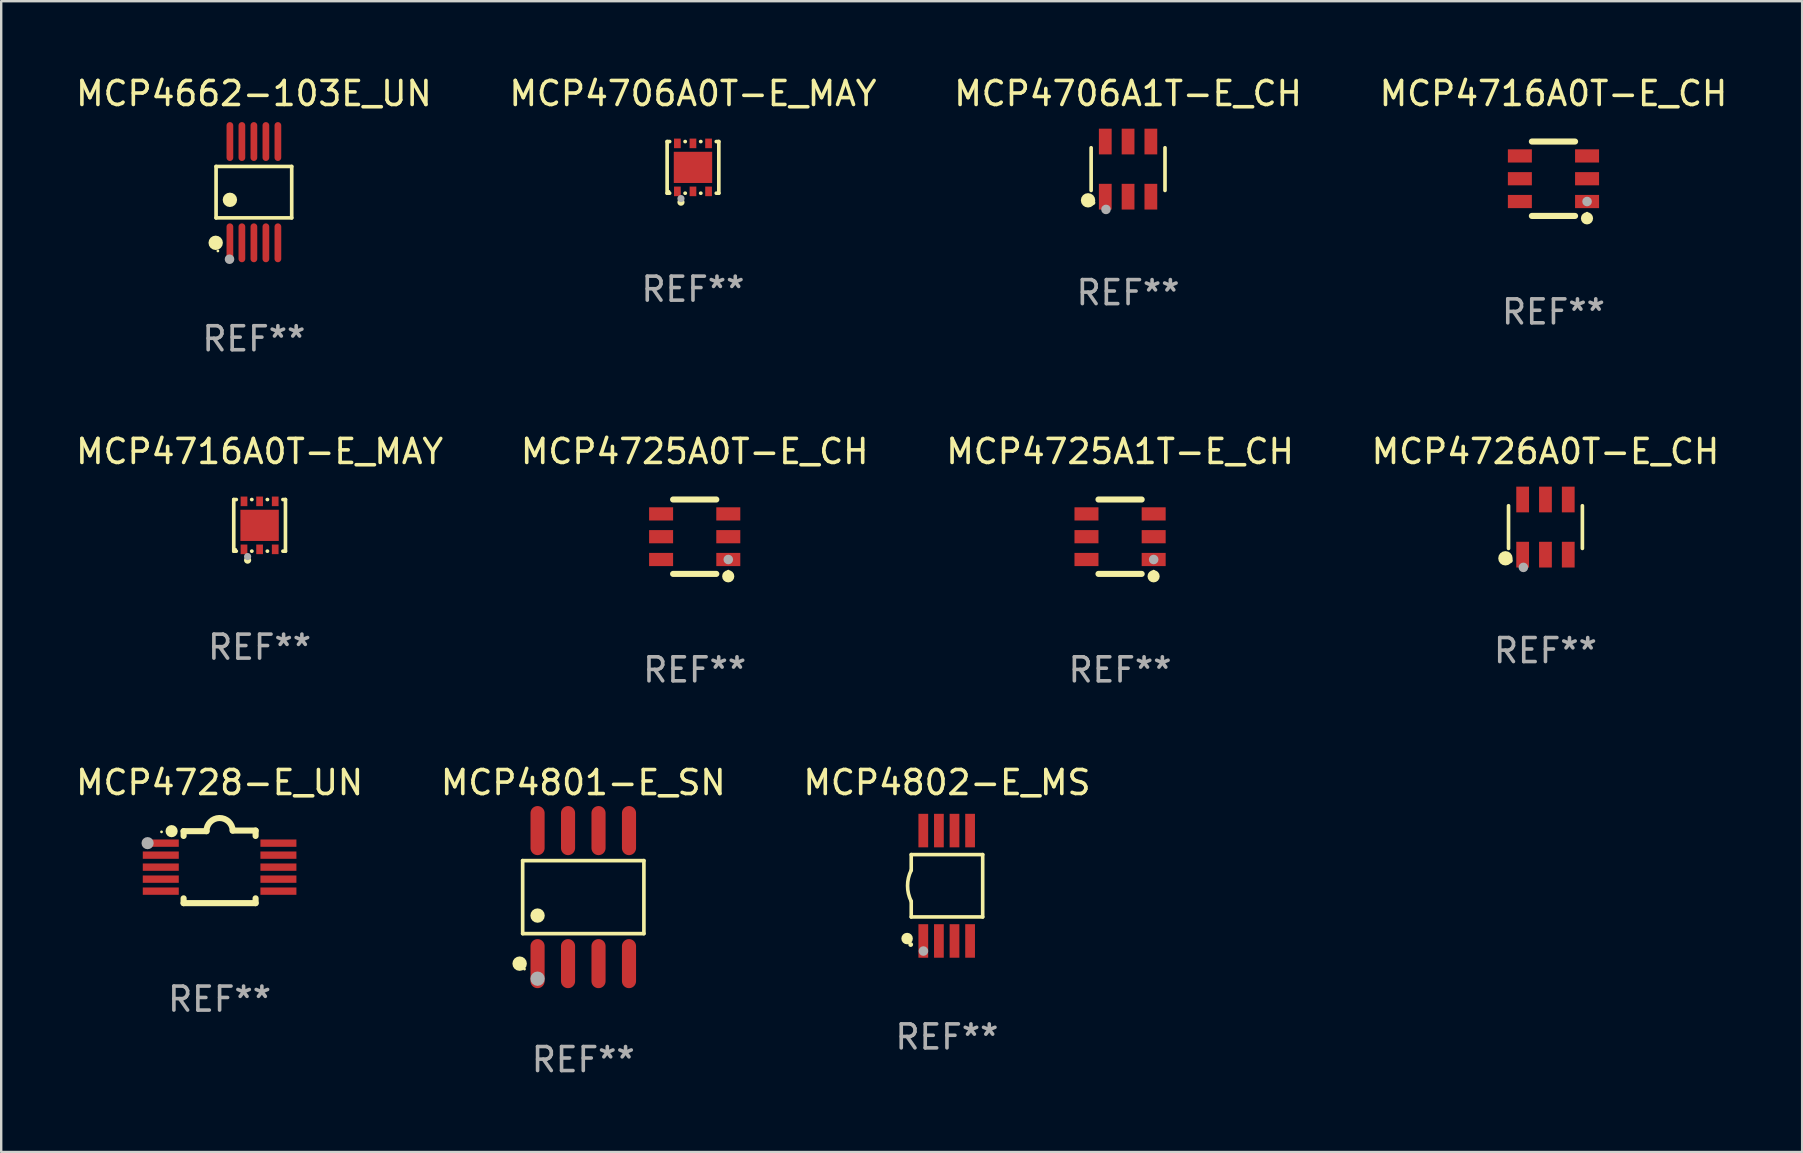
<source format=kicad_pcb>
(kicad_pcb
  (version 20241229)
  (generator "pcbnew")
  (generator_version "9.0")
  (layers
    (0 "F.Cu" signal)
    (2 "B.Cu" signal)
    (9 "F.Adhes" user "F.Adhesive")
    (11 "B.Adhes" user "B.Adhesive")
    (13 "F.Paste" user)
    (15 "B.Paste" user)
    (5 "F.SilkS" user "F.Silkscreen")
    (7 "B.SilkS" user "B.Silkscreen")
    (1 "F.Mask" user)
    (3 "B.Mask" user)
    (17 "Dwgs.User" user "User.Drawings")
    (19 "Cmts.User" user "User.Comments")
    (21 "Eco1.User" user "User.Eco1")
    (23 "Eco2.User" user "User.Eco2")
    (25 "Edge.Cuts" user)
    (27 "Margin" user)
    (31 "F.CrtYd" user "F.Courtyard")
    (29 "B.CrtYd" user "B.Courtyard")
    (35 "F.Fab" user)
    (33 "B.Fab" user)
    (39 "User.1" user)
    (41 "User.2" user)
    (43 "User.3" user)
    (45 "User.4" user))
  (footprint "MCP4725A1T-E_CH"
    (layer "F.Cu")
    (at 43.625 19.315)
    (property "Reference" "MCP4725A1T-E_CH" (at 0 -3.55 0) (layer "F.SilkS") (effects (font (size 1 1) (thickness 0.15))))
    (attr through_hole)
    (fp_line (start -0.9 -1.55) (end 0.9 -1.55) (stroke (width 0.254) (type solid)) (layer "F.SilkS"))
    (fp_line (start -0.9 1.55) (end 0.9 1.55) (stroke (width 0.254) (type solid)) (layer "F.SilkS"))
    (fp_circle (center 1.397 1.651) (end 1.524 1.651) (stroke (width 0.254) (type solid)) (fill no) (layer "F.SilkS"))
    (fp_circle (center 1.4 1.435) (end 1.43 1.435) (stroke (width 0.06) (type solid)) (fill no) (layer "F.SilkS"))
    (fp_circle (center 1.4 0.95) (end 1.5 0.95) (stroke (width 0.2) (type solid)) (fill no) (layer "F.Fab"))
    (fp_text user "REF**" (at 0 5.55 0) (layer "F.Fab") (effects (font (size 1 1) (thickness 0.15))))
    (pad "1" smd rect (at 1.4 0.95) (size 1 0.55) (layers "F.Cu" "F.Mask" "F.Paste"))
    (pad "2" smd rect (at 1.4 -0.000102) (size 1 0.55) (layers "F.Cu" "F.Mask" "F.Paste"))
    (pad "3" smd rect (at 1.4 -0.95) (size 1 0.55) (layers "F.Cu" "F.Mask" "F.Paste"))
    (pad "4" smd rect (at -1.4 -0.95) (size 1 0.55) (layers "F.Cu" "F.Mask" "F.Paste"))
    (pad "5" smd rect (at -1.4 -0.000102) (size 1 0.55) (layers "F.Cu" "F.Mask" "F.Paste"))
    (pad "6" smd rect (at -1.4 0.95) (size 1 0.55) (layers "F.Cu" "F.Mask" "F.Paste")))
  (footprint "MCP4728-E_UN"
    (layer "F.Cu")
    (at 6.101 33.073)
    (property "Reference" "MCP4728-E_UN" (at 0 -3.512 0) (layer "F.SilkS") (effects (font (size 1 1) (thickness 0.15))))
    (attr through_hole)
    (fp_line (start -1.5 -1.288) (end -1.5 -1.487) (stroke (width 0.254) (type solid)) (layer "F.SilkS"))
    (fp_line (start -1.5 1.512) (end -1.5 1.312) (stroke (width 0.254) (type solid)) (layer "F.SilkS"))
    (fp_line (start -0.546 -1.487) (end -1.5 -1.487) (stroke (width 0.254) (type solid)) (layer "F.SilkS"))
    (fp_line (start 1.5 -1.512) (end 0.546 -1.512) (stroke (width 0.254) (type solid)) (layer "F.SilkS"))
    (fp_line (start 1.5 -1.288) (end 1.5 -1.512) (stroke (width 0.254) (type solid)) (layer "F.SilkS"))
    (fp_line (start 1.5 1.512) (end -1.5 1.512) (stroke (width 0.254) (type solid)) (layer "F.SilkS"))
    (fp_line (start 1.5 1.512) (end 1.5 1.312) (stroke (width 0.254) (type solid)) (layer "F.SilkS"))
    (fp_arc (start -0.546151 -1.486601) (mid -0.01246 -2.032889) (end 0.54605 -1.512002) (stroke (width 0.254001) (type solid)) (layer "F.SilkS"))
    (fp_circle (center -2.42 -1.458) (end -2.39 -1.458) (stroke (width 0.06) (type solid)) (fill no) (layer "F.SilkS"))
    (fp_circle (center -2 -1.488) (end -1.873 -1.488) (stroke (width 0.254) (type solid)) (fill no) (layer "F.SilkS"))
    (fp_circle (center -3 -0.988) (end -2.873 -0.988) (stroke (width 0.254) (type solid)) (fill no) (layer "F.Fab"))
    (fp_text user "REF**" (at 0 5.512 0) (layer "F.Fab") (effects (font (size 1 1) (thickness 0.15))))
    (pad "1" smd rect (at -2.451 -0.988) (size 1.5 0.305) (layers "F.Cu" "F.Mask" "F.Paste"))
    (pad "2" smd rect (at -2.451 -0.488) (size 1.5 0.305) (layers "F.Cu" "F.Mask" "F.Paste"))
    (pad "3" smd rect (at -2.451 0.012) (size 1.5 0.305) (layers "F.Cu" "F.Mask" "F.Paste"))
    (pad "4" smd rect (at -2.451 0.512) (size 1.5 0.305) (layers "F.Cu" "F.Mask" "F.Paste"))
    (pad "5" smd rect (at -2.451 1.012) (size 1.5 0.305) (layers "F.Cu" "F.Mask" "F.Paste"))
    (pad "6" smd rect (at 2.451 1.012) (size 1.5 0.305) (layers "F.Cu" "F.Mask" "F.Paste"))
    (pad "7" smd rect (at 2.451 0.512) (size 1.5 0.305) (layers "F.Cu" "F.Mask" "F.Paste"))
    (pad "8" smd rect (at 2.451 0.012) (size 1.5 0.305) (layers "F.Cu" "F.Mask" "F.Paste"))
    (pad "9" smd rect (at 2.451 -0.488) (size 1.5 0.305) (layers "F.Cu" "F.Mask" "F.Paste"))
    (pad "10" smd rect (at 2.451 -0.988) (size 1.5 0.305) (layers "F.Cu" "F.Mask" "F.Paste")))
  (footprint "MCP4725A0T-E_CH"
    (layer "F.Cu")
    (at 25.899 19.315)
    (property "Reference" "MCP4725A0T-E_CH" (at 0 -3.55 0) (layer "F.SilkS") (effects (font (size 1 1) (thickness 0.15))))
    (attr through_hole)
    (fp_line (start -0.9 -1.55) (end 0.9 -1.55) (stroke (width 0.254) (type solid)) (layer "F.SilkS"))
    (fp_line (start -0.9 1.55) (end 0.9 1.55) (stroke (width 0.254) (type solid)) (layer "F.SilkS"))
    (fp_circle (center 1.397 1.651) (end 1.524 1.651) (stroke (width 0.254) (type solid)) (fill no) (layer "F.SilkS"))
    (fp_circle (center 1.4 1.435) (end 1.43 1.435) (stroke (width 0.06) (type solid)) (fill no) (layer "F.SilkS"))
    (fp_circle (center 1.4 0.95) (end 1.5 0.95) (stroke (width 0.2) (type solid)) (fill no) (layer "F.Fab"))
    (fp_text user "REF**" (at 0 5.55 0) (layer "F.Fab") (effects (font (size 1 1) (thickness 0.15))))
    (pad "1" smd rect (at 1.4 0.95) (size 1 0.55) (layers "F.Cu" "F.Mask" "F.Paste"))
    (pad "2" smd rect (at 1.4 -0.000102) (size 1 0.55) (layers "F.Cu" "F.Mask" "F.Paste"))
    (pad "3" smd rect (at 1.4 -0.95) (size 1 0.55) (layers "F.Cu" "F.Mask" "F.Paste"))
    (pad "4" smd rect (at -1.4 -0.95) (size 1 0.55) (layers "F.Cu" "F.Mask" "F.Paste"))
    (pad "5" smd rect (at -1.4 -0.000102) (size 1 0.55) (layers "F.Cu" "F.Mask" "F.Paste"))
    (pad "6" smd rect (at -1.4 0.95) (size 1 0.55) (layers "F.Cu" "F.Mask" "F.Paste")))
  (footprint "MCP4706A1T-E_CH"
    (layer "F.Cu")
    (at 43.958 3.997)
    (property "Reference" "MCP4706A1T-E_CH" (at 0 -3.149 0) (layer "F.SilkS") (effects (font (size 1 1) (thickness 0.15))))
    (attr through_hole)
    (fp_line (start -1.539 0.889) (end -1.539 -0.889) (stroke (width 0.152) (type solid)) (layer "F.SilkS"))
    (fp_line (start 1.539 0.889) (end 1.539 -0.889) (stroke (width 0.152) (type solid)) (layer "F.SilkS"))
    (fp_circle (center -1.668 1.301) (end -1.518 1.301) (stroke (width 0.3) (type solid)) (fill no) (layer "F.SilkS"))
    (fp_circle (center -1.463 1.4) (end -1.413 1.4) (stroke (width 0.1) (type solid)) (fill no) (layer "F.SilkS"))
    (fp_circle (center -0.92 1.68) (end -0.82 1.68) (stroke (width 0.2) (type solid)) (fill no) (layer "F.Fab"))
    (fp_text user "REF**" (at 0 5.149 0) (layer "F.Fab") (effects (font (size 1 1) (thickness 0.15))))
    (pad "1" smd rect (at -0.95 1.149) (size 0.532 1.072) (layers "F.Cu" "F.Mask" "F.Paste"))
    (pad "2" smd rect (at 0 1.149) (size 0.532 1.072) (layers "F.Cu" "F.Mask" "F.Paste"))
    (pad "3" smd rect (at 0.95 1.149) (size 0.532 1.072) (layers "F.Cu" "F.Mask" "F.Paste"))
    (pad "4" smd rect (at 0.95 -1.149) (size 0.532 1.072) (layers "F.Cu" "F.Mask" "F.Paste"))
    (pad "5" smd rect (at 0 -1.149) (size 0.532 1.072) (layers "F.Cu" "F.Mask" "F.Paste"))
    (pad "6" smd rect (at -0.95 -1.149) (size 0.532 1.072) (layers "F.Cu" "F.Mask" "F.Paste")))
  (footprint "MCP4726A0T-E_CH"
    (layer "F.Cu")
    (at 61.351 18.914)
    (property "Reference" "MCP4726A0T-E_CH" (at 0 -3.149 0) (layer "F.SilkS") (effects (font (size 1 1) (thickness 0.15))))
    (attr through_hole)
    (fp_line (start -1.539 0.889) (end -1.539 -0.889) (stroke (width 0.152) (type solid)) (layer "F.SilkS"))
    (fp_line (start 1.539 0.889) (end 1.539 -0.889) (stroke (width 0.152) (type solid)) (layer "F.SilkS"))
    (fp_circle (center -1.668 1.301) (end -1.518 1.301) (stroke (width 0.3) (type solid)) (fill no) (layer "F.SilkS"))
    (fp_circle (center -1.463 1.4) (end -1.413 1.4) (stroke (width 0.1) (type solid)) (fill no) (layer "F.SilkS"))
    (fp_circle (center -0.92 1.68) (end -0.82 1.68) (stroke (width 0.2) (type solid)) (fill no) (layer "F.Fab"))
    (fp_text user "REF**" (at 0 5.149 0) (layer "F.Fab") (effects (font (size 1 1) (thickness 0.15))))
    (pad "1" smd rect (at -0.95 1.149) (size 0.532 1.072) (layers "F.Cu" "F.Mask" "F.Paste"))
    (pad "2" smd rect (at 0 1.149) (size 0.532 1.072) (layers "F.Cu" "F.Mask" "F.Paste"))
    (pad "3" smd rect (at 0.95 1.149) (size 0.532 1.072) (layers "F.Cu" "F.Mask" "F.Paste"))
    (pad "4" smd rect (at 0.95 -1.149) (size 0.532 1.072) (layers "F.Cu" "F.Mask" "F.Paste"))
    (pad "5" smd rect (at 0 -1.149) (size 0.532 1.072) (layers "F.Cu" "F.Mask" "F.Paste"))
    (pad "6" smd rect (at -0.95 -1.149) (size 0.532 1.072) (layers "F.Cu" "F.Mask" "F.Paste")))
  (footprint "MCP4716A0T-E_MAY"
    (layer "F.Cu")
    (at 7.768 18.842)
    (property "Reference" "MCP4716A0T-E_MAY" (at 0 -3.077 0) (layer "F.SilkS") (effects (font (size 1 1) (thickness 0.15))))
    (attr through_hole)
    (fp_line (start -1.077 -1.076) (end -0.971 -1.076) (stroke (width 0.152) (type solid)) (layer "F.SilkS"))
    (fp_line (start -1.077 1.076) (end -1.077 -1.076) (stroke (width 0.152) (type solid)) (layer "F.SilkS"))
    (fp_line (start -1.077 1.076) (end -0.971 1.076) (stroke (width 0.152) (type solid)) (layer "F.SilkS"))
    (fp_line (start -0.33 -1.076) (end -0.321 -1.076) (stroke (width 0.152) (type solid)) (layer "F.SilkS"))
    (fp_line (start -0.33 1.076) (end -0.32 1.076) (stroke (width 0.152) (type solid)) (layer "F.SilkS"))
    (fp_line (start 0.32 -1.076) (end 0.329 -1.076) (stroke (width 0.152) (type solid)) (layer "F.SilkS"))
    (fp_line (start 0.32 1.076) (end 0.329 1.076) (stroke (width 0.152) (type solid)) (layer "F.SilkS"))
    (fp_line (start 0.97 -1.076) (end 1.077 -1.076) (stroke (width 0.152) (type solid)) (layer "F.SilkS"))
    (fp_line (start 0.97 1.076) (end 1.077 1.076) (stroke (width 0.152) (type solid)) (layer "F.SilkS"))
    (fp_line (start 1.077 1.077) (end 1.077 -1.077) (stroke (width 0.152) (type solid)) (layer "F.SilkS"))
    (fp_circle (center -1 1) (end -0.97 1) (stroke (width 0.06) (type solid)) (fill no) (layer "F.SilkS"))
    (fp_circle (center -0.5 1.45) (end -0.425 1.45) (stroke (width 0.15) (type solid)) (fill no) (layer "F.SilkS"))
    (fp_circle (center -0.5 1.3) (end -0.425 1.3) (stroke (width 0.15) (type solid)) (fill no) (layer "F.Fab"))
    (fp_text user "REF**" (at 0 5.077 0) (layer "F.Fab") (effects (font (size 1 1) (thickness 0.15))))
    (pad "1" smd rect (at -0.65 1) (size 0.28 0.4) (layers "F.Cu" "F.Mask" "F.Paste"))
    (pad "2" smd rect (at -0.000127 1) (size 0.28 0.4) (layers "F.Cu" "F.Mask" "F.Paste"))
    (pad "3" smd rect (at 0.65 1) (size 0.28 0.4) (layers "F.Cu" "F.Mask" "F.Paste"))
    (pad "4" smd rect (at 0.65 -1) (size 0.28 0.4) (layers "F.Cu" "F.Mask" "F.Paste"))
    (pad "5" smd rect (at -0.000381 -1) (size 0.28 0.4) (layers "F.Cu" "F.Mask" "F.Paste"))
    (pad "6" smd rect (at -0.65 -1) (size 0.28 0.4) (layers "F.Cu" "F.Mask" "F.Paste"))
    (pad "7" smd rect (at -0.000127 0) (size 1.6 1.3) (layers "F.Cu" "F.Mask" "F.Paste")))
  (footprint "MCP4706A0T-E_MAY"
    (layer "F.Cu")
    (at 25.827 3.925)
    (property "Reference" "MCP4706A0T-E_MAY" (at 0 -3.077 0) (layer "F.SilkS") (effects (font (size 1 1) (thickness 0.15))))
    (attr through_hole)
    (fp_line (start -1.077 -1.076) (end -0.971 -1.076) (stroke (width 0.152) (type solid)) (layer "F.SilkS"))
    (fp_line (start -1.077 1.076) (end -1.077 -1.076) (stroke (width 0.152) (type solid)) (layer "F.SilkS"))
    (fp_line (start -1.077 1.076) (end -0.971 1.076) (stroke (width 0.152) (type solid)) (layer "F.SilkS"))
    (fp_line (start -0.33 -1.076) (end -0.321 -1.076) (stroke (width 0.152) (type solid)) (layer "F.SilkS"))
    (fp_line (start -0.33 1.076) (end -0.32 1.076) (stroke (width 0.152) (type solid)) (layer "F.SilkS"))
    (fp_line (start 0.32 -1.076) (end 0.329 -1.076) (stroke (width 0.152) (type solid)) (layer "F.SilkS"))
    (fp_line (start 0.32 1.076) (end 0.329 1.076) (stroke (width 0.152) (type solid)) (layer "F.SilkS"))
    (fp_line (start 0.97 -1.076) (end 1.077 -1.076) (stroke (width 0.152) (type solid)) (layer "F.SilkS"))
    (fp_line (start 0.97 1.076) (end 1.077 1.076) (stroke (width 0.152) (type solid)) (layer "F.SilkS"))
    (fp_line (start 1.077 1.077) (end 1.077 -1.077) (stroke (width 0.152) (type solid)) (layer "F.SilkS"))
    (fp_circle (center -1 1) (end -0.97 1) (stroke (width 0.06) (type solid)) (fill no) (layer "F.SilkS"))
    (fp_circle (center -0.5 1.45) (end -0.425 1.45) (stroke (width 0.15) (type solid)) (fill no) (layer "F.SilkS"))
    (fp_circle (center -0.5 1.3) (end -0.425 1.3) (stroke (width 0.15) (type solid)) (fill no) (layer "F.Fab"))
    (fp_text user "REF**" (at 0 5.077 0) (layer "F.Fab") (effects (font (size 1 1) (thickness 0.15))))
    (pad "1" smd rect (at -0.65 1) (size 0.28 0.4) (layers "F.Cu" "F.Mask" "F.Paste"))
    (pad "2" smd rect (at -0.000127 1) (size 0.28 0.4) (layers "F.Cu" "F.Mask" "F.Paste"))
    (pad "3" smd rect (at 0.65 1) (size 0.28 0.4) (layers "F.Cu" "F.Mask" "F.Paste"))
    (pad "4" smd rect (at 0.65 -1) (size 0.28 0.4) (layers "F.Cu" "F.Mask" "F.Paste"))
    (pad "5" smd rect (at -0.000381 -1) (size 0.28 0.4) (layers "F.Cu" "F.Mask" "F.Paste"))
    (pad "6" smd rect (at -0.65 -1) (size 0.28 0.4) (layers "F.Cu" "F.Mask" "F.Paste"))
    (pad "7" smd rect (at -0.000127 0) (size 1.6 1.3) (layers "F.Cu" "F.Mask" "F.Paste")))
  (footprint "MCP4716A0T-E_CH"
    (layer "F.Cu")
    (at 61.685 4.398)
    (property "Reference" "MCP4716A0T-E_CH" (at 0 -3.55 0) (layer "F.SilkS") (effects (font (size 1 1) (thickness 0.15))))
    (attr through_hole)
    (fp_line (start -0.9 -1.55) (end 0.9 -1.55) (stroke (width 0.254) (type solid)) (layer "F.SilkS"))
    (fp_line (start -0.9 1.55) (end 0.9 1.55) (stroke (width 0.254) (type solid)) (layer "F.SilkS"))
    (fp_circle (center 1.397 1.651) (end 1.524 1.651) (stroke (width 0.254) (type solid)) (fill no) (layer "F.SilkS"))
    (fp_circle (center 1.4 1.435) (end 1.43 1.435) (stroke (width 0.06) (type solid)) (fill no) (layer "F.SilkS"))
    (fp_circle (center 1.4 0.95) (end 1.5 0.95) (stroke (width 0.2) (type solid)) (fill no) (layer "F.Fab"))
    (fp_text user "REF**" (at 0 5.55 0) (layer "F.Fab") (effects (font (size 1 1) (thickness 0.15))))
    (pad "1" smd rect (at 1.4 0.95) (size 1 0.55) (layers "F.Cu" "F.Mask" "F.Paste"))
    (pad "2" smd rect (at 1.4 -0.000102) (size 1 0.55) (layers "F.Cu" "F.Mask" "F.Paste"))
    (pad "3" smd rect (at 1.4 -0.95) (size 1 0.55) (layers "F.Cu" "F.Mask" "F.Paste"))
    (pad "4" smd rect (at -1.4 -0.95) (size 1 0.55) (layers "F.Cu" "F.Mask" "F.Paste"))
    (pad "5" smd rect (at -1.4 -0.000102) (size 1 0.55) (layers "F.Cu" "F.Mask" "F.Paste"))
    (pad "6" smd rect (at -1.4 0.95) (size 1 0.55) (layers "F.Cu" "F.Mask" "F.Paste")))
  (footprint "MCP4662-103E_UN"
    (layer "F.Cu")
    (at 7.53 4.958)
    (property "Reference" "MCP4662-103E_UN" (at 0 -4.11 0) (layer "F.SilkS") (effects (font (size 1 1) (thickness 0.15))))
    (attr through_hole)
    (fp_line (start -1.576 -1.071) (end 1.576 -1.071) (stroke (width 0.152) (type solid)) (layer "F.SilkS"))
    (fp_line (start -1.576 1.071) (end -1.576 -1.071) (stroke (width 0.152) (type solid)) (layer "F.SilkS"))
    (fp_line (start 1.576 -1.071) (end 1.576 1.071) (stroke (width 0.152) (type solid)) (layer "F.SilkS"))
    (fp_line (start 1.576 1.071) (end -1.576 1.071) (stroke (width 0.152) (type solid)) (layer "F.SilkS"))
    (fp_circle (center -1.592 2.11) (end -1.442 2.11) (stroke (width 0.3) (type solid)) (fill no) (layer "F.SilkS"))
    (fp_circle (center -1.5 2.45) (end -1.47 2.45) (stroke (width 0.06) (type solid)) (fill no) (layer "F.SilkS"))
    (fp_circle (center -1 0.319) (end -0.85 0.319) (stroke (width 0.3) (type solid)) (fill no) (layer "F.SilkS"))
    (fp_circle (center -1.016 2.794) (end -0.916 2.794) (stroke (width 0.2) (type solid)) (fill no) (layer "F.Fab"))
    (fp_text user "REF**" (at 0 6.11 0) (layer "F.Fab") (effects (font (size 1 1) (thickness 0.15))))
    (pad "1" smd oval (at -1 2.11) (size 0.28 1.62) (layers "F.Cu" "F.Mask" "F.Paste"))
    (pad "2" smd oval (at -0.5 2.11) (size 0.28 1.62) (layers "F.Cu" "F.Mask" "F.Paste"))
    (pad "3" smd oval (at 0 2.11) (size 0.28 1.62) (layers "F.Cu" "F.Mask" "F.Paste"))
    (pad "4" smd oval (at 0.5 2.11) (size 0.28 1.62) (layers "F.Cu" "F.Mask" "F.Paste"))
    (pad "5" smd oval (at 1 2.11) (size 0.28 1.62) (layers "F.Cu" "F.Mask" "F.Paste"))
    (pad "6" smd oval (at 1 -2.11) (size 0.28 1.62) (layers "F.Cu" "F.Mask" "F.Paste"))
    (pad "7" smd oval (at 0.5 -2.11) (size 0.28 1.62) (layers "F.Cu" "F.Mask" "F.Paste"))
    (pad "8" smd oval (at 0 -2.11) (size 0.28 1.62) (layers "F.Cu" "F.Mask" "F.Paste"))
    (pad "9" smd oval (at -0.5 -2.11) (size 0.28 1.62) (layers "F.Cu" "F.Mask" "F.Paste"))
    (pad "10" smd oval (at -1 -2.11) (size 0.28 1.62) (layers "F.Cu" "F.Mask" "F.Paste")))
  (footprint "MCP4801-E_SN"
    (layer "F.Cu")
    (at 21.256 34.334)
    (property "Reference" "MCP4801-E_SN" (at 0 -4.772 0) (layer "F.SilkS") (effects (font (size 1 1) (thickness 0.15))))
    (attr through_hole)
    (fp_line (start -2.526 -1.521) (end 2.526 -1.521) (stroke (width 0.152) (type solid)) (layer "F.SilkS"))
    (fp_line (start -2.526 1.521) (end -2.526 -1.521) (stroke (width 0.152) (type solid)) (layer "F.SilkS"))
    (fp_line (start 2.526 -1.521) (end 2.526 1.521) (stroke (width 0.152) (type solid)) (layer "F.SilkS"))
    (fp_line (start 2.526 1.521) (end -2.526 1.521) (stroke (width 0.152) (type solid)) (layer "F.SilkS"))
    (fp_circle (center -2.652 2.772) (end -2.501 2.772) (stroke (width 0.3) (type solid)) (fill no) (layer "F.SilkS"))
    (fp_circle (center -2.45 3) (end -2.42 3) (stroke (width 0.06) (type solid)) (fill no) (layer "F.SilkS"))
    (fp_circle (center -1.905 0.769) (end -1.755 0.769) (stroke (width 0.3) (type solid)) (fill no) (layer "F.SilkS"))
    (fp_circle (center -1.905 3.4) (end -1.755 3.4) (stroke (width 0.3) (type solid)) (fill no) (layer "F.Fab"))
    (fp_text user "REF**" (at 0 6.772 0) (layer "F.Fab") (effects (font (size 1 1) (thickness 0.15))))
    (pad "1" smd oval (at -1.905 2.772) (size 0.588 2.045) (layers "F.Cu" "F.Mask" "F.Paste"))
    (pad "2" smd oval (at -0.635 2.772) (size 0.588 2.045) (layers "F.Cu" "F.Mask" "F.Paste"))
    (pad "3" smd oval (at 0.635 2.772) (size 0.588 2.045) (layers "F.Cu" "F.Mask" "F.Paste"))
    (pad "4" smd oval (at 1.905 2.772) (size 0.588 2.045) (layers "F.Cu" "F.Mask" "F.Paste"))
    (pad "5" smd oval (at 1.905 -2.772) (size 0.588 2.045) (layers "F.Cu" "F.Mask" "F.Paste"))
    (pad "6" smd oval (at 0.635 -2.772) (size 0.588 2.045) (layers "F.Cu" "F.Mask" "F.Paste"))
    (pad "7" smd oval (at -0.635 -2.772) (size 0.588 2.045) (layers "F.Cu" "F.Mask" "F.Paste"))
    (pad "8" smd oval (at -1.905 -2.772) (size 0.588 2.045) (layers "F.Cu" "F.Mask" "F.Paste")))
  (footprint "MCP4802-E_MS"
    (layer "F.Cu")
    (at 36.411 33.861)
    (property "Reference" "MCP4802-E_MS" (at 0 -4.3 0) (layer "F.SilkS") (effects (font (size 1 1) (thickness 0.15))))
    (attr through_hole)
    (fp_line (start -1.489 -1.3) (end -1.489 -0.648) (stroke (width 0.15) (type solid)) (layer "F.SilkS"))
    (fp_line (start -1.489 0.648) (end -1.489 1.3) (stroke (width 0.15) (type solid)) (layer "F.SilkS"))
    (fp_line (start -1.489 1.3) (end 1.489 1.3) (stroke (width 0.15) (type solid)) (layer "F.SilkS"))
    (fp_line (start 1.489 -1.3) (end -1.489 -1.3) (stroke (width 0.15) (type solid)) (layer "F.SilkS"))
    (fp_line (start 1.489 1.3) (end 1.489 -1.3) (stroke (width 0.15) (type solid)) (layer "F.SilkS"))
    (fp_arc (start -1.489205 0.647702) (mid -1.642107 0) (end -1.489205 -0.647701) (stroke (width 0.150013) (type solid)) (layer "F.SilkS"))
    (fp_circle (center -1.661 2.2) (end -1.541 2.2) (stroke (width 0.24) (type solid)) (fill no) (layer "F.SilkS"))
    (fp_circle (center -1.511 2.45) (end -1.461 2.45) (stroke (width 0.1) (type solid)) (fill no) (layer "F.SilkS"))
    (fp_circle (center -0.981 2.72) (end -0.881 2.72) (stroke (width 0.2) (type solid)) (fill no) (layer "F.Fab"))
    (fp_text user "REF**" (at 0 6.3 0) (layer "F.Fab") (effects (font (size 1 1) (thickness 0.15))))
    (pad "1" smd rect (at -0.986 2.3) (size 0.406 1.397) (layers "F.Cu" "F.Mask" "F.Paste"))
    (pad "2" smd rect (at -0.336 2.3) (size 0.406 1.397) (layers "F.Cu" "F.Mask" "F.Paste"))
    (pad "3" smd rect (at 0.314 2.3) (size 0.406 1.397) (layers "F.Cu" "F.Mask" "F.Paste"))
    (pad "4" smd rect (at 0.964 2.3) (size 0.406 1.397) (layers "F.Cu" "F.Mask" "F.Paste"))
    (pad "5" smd rect (at 0.964 -2.3) (size 0.406 1.397) (layers "F.Cu" "F.Mask" "F.Paste"))
    (pad "6" smd rect (at 0.314 -2.3) (size 0.406 1.397) (layers "F.Cu" "F.Mask" "F.Paste"))
    (pad "7" smd rect (at -0.336 -2.3) (size 0.406 1.397) (layers "F.Cu" "F.Mask" "F.Paste"))
    (pad "8" smd rect (at -0.986 -2.3) (size 0.406 1.397) (layers "F.Cu" "F.Mask" "F.Paste")))
  (gr_rect
    (start -3 -3)
    (end 72.048 44.954)
    (stroke (width 0.1) (type default))
    (fill no)
    (layer "Edge.Cuts")))
</source>
